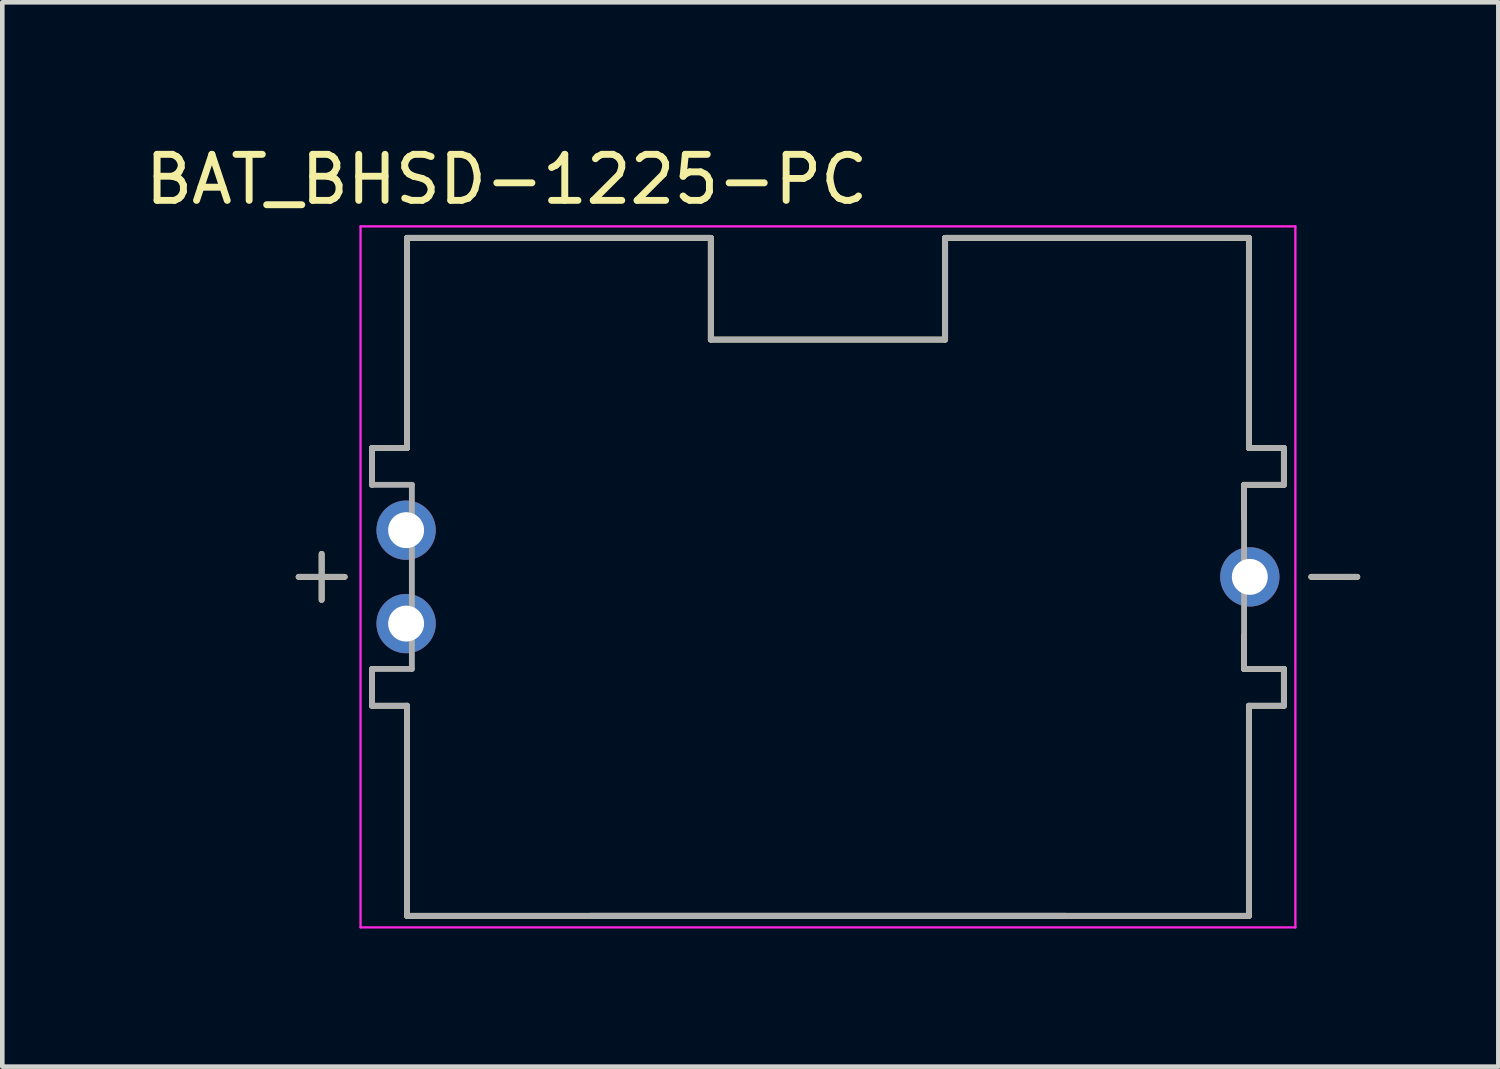
<source format=kicad_pcb>
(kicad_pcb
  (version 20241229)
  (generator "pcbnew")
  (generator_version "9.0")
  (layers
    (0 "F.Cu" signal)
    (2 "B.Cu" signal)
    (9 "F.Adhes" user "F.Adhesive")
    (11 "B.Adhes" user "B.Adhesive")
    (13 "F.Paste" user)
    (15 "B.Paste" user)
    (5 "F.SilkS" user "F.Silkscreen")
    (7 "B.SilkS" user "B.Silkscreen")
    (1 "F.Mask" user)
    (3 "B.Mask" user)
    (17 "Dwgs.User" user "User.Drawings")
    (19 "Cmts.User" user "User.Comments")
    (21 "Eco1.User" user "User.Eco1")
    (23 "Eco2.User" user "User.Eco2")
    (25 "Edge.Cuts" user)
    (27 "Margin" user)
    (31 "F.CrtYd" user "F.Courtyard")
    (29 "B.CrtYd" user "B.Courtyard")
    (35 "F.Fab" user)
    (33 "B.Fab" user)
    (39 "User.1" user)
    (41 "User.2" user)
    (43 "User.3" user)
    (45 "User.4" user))
  (footprint "BAT_BHSD-1225-PC"
    (layer "F.Cu")
    (at 14.938 9.483)
    (property "Reference" "BAT_BHSD-1225-PC" (at -6.98 -8.635 0) (layer "F.SilkS") (effects (font (size 1 1) (thickness 0.15))))
    (attr through_hole)
    (fp_line (start -11.5 0) (end -10.5 0) (stroke (width 0.127) (type solid)) (layer "F.SilkS"))
    (fp_line (start -11 0.5) (end -11 -0.5) (stroke (width 0.127) (type solid)) (layer "F.SilkS"))
    (fp_line (start -9.905 -2.8) (end -9.905 -2) (stroke (width 0.127) (type solid)) (layer "F.SilkS"))
    (fp_line (start -9.905 2) (end -9.905 2.8) (stroke (width 0.127) (type solid)) (layer "F.SilkS"))
    (fp_line (start -9.905 2.8) (end -9.145 2.8) (stroke (width 0.127) (type solid)) (layer "F.SilkS"))
    (fp_line (start -9.145 -7.365) (end -9.145 -2.8) (stroke (width 0.127) (type solid)) (layer "F.SilkS"))
    (fp_line (start -9.145 -2.8) (end -9.905 -2.8) (stroke (width 0.127) (type solid)) (layer "F.SilkS"))
    (fp_line (start -9.145 2.8) (end -9.145 7.365) (stroke (width 0.127) (type solid)) (layer "F.SilkS"))
    (fp_line (start -9.145 7.365) (end 9.145 7.365) (stroke (width 0.127) (type solid)) (layer "F.SilkS"))
    (fp_line (start -5.171 7.365) (end 5.171 7.365) (stroke (width 0.127) (type solid)) (layer "F.SilkS"))
    (fp_line (start -2.545 -7.365) (end -9.145 -7.365) (stroke (width 0.127) (type solid)) (layer "F.SilkS"))
    (fp_line (start -2.545 -5.155) (end -2.545 -7.365) (stroke (width 0.127) (type solid)) (layer "F.SilkS"))
    (fp_line (start 2.545 -7.365) (end 2.545 -5.155) (stroke (width 0.127) (type solid)) (layer "F.SilkS"))
    (fp_line (start 2.545 -5.155) (end -2.545 -5.155) (stroke (width 0.127) (type solid)) (layer "F.SilkS"))
    (fp_line (start 9.04 -2) (end 9.905 -2) (stroke (width 0.127) (type solid)) (layer "F.SilkS"))
    (fp_line (start 9.04 -1.27) (end 9.04 -2) (stroke (width 0.127) (type solid)) (layer "F.SilkS"))
    (fp_line (start 9.04 2) (end 9.04 1.27) (stroke (width 0.127) (type solid)) (layer "F.SilkS"))
    (fp_line (start 9.145 -7.365) (end 2.545 -7.365) (stroke (width 0.127) (type solid)) (layer "F.SilkS"))
    (fp_line (start 9.145 -2.8) (end 9.145 -7.365) (stroke (width 0.127) (type solid)) (layer "F.SilkS"))
    (fp_line (start 9.145 2.8) (end 9.905 2.8) (stroke (width 0.127) (type solid)) (layer "F.SilkS"))
    (fp_line (start 9.145 7.365) (end 9.145 2.8) (stroke (width 0.127) (type solid)) (layer "F.SilkS"))
    (fp_line (start 9.905 -2.8) (end 9.145 -2.8) (stroke (width 0.127) (type solid)) (layer "F.SilkS"))
    (fp_line (start 9.905 -2) (end 9.905 -2.8) (stroke (width 0.127) (type solid)) (layer "F.SilkS"))
    (fp_line (start 9.905 2) (end 9.04 2) (stroke (width 0.127) (type solid)) (layer "F.SilkS"))
    (fp_line (start 9.905 2.8) (end 9.905 2) (stroke (width 0.127) (type solid)) (layer "F.SilkS"))
    (fp_line (start 10.5 0) (end 11.5 0) (stroke (width 0.127) (type solid)) (layer "F.SilkS"))
    (fp_line (start -10.155 -7.615) (end -10.155 7.615) (stroke (width 0.05) (type solid)) (layer "F.CrtYd"))
    (fp_line (start -10.155 7.615) (end 10.155 7.615) (stroke (width 0.05) (type solid)) (layer "F.CrtYd"))
    (fp_line (start 10.155 -7.615) (end -10.155 -7.615) (stroke (width 0.05) (type solid)) (layer "F.CrtYd"))
    (fp_line (start 10.155 7.615) (end 10.155 -7.615) (stroke (width 0.05) (type solid)) (layer "F.CrtYd"))
    (fp_line (start -11.5 0) (end -10.5 0) (stroke (width 0.127) (type solid)) (layer "F.Fab"))
    (fp_line (start -11 0.5) (end -11 -0.5) (stroke (width 0.127) (type solid)) (layer "F.Fab"))
    (fp_line (start -9.905 -2.8) (end -9.905 -2) (stroke (width 0.127) (type solid)) (layer "F.Fab"))
    (fp_line (start -9.905 -2) (end -9.04 -2) (stroke (width 0.127) (type solid)) (layer "F.Fab"))
    (fp_line (start -9.905 2) (end -9.905 2.8) (stroke (width 0.127) (type solid)) (layer "F.Fab"))
    (fp_line (start -9.905 2.8) (end -9.145 2.8) (stroke (width 0.127) (type solid)) (layer "F.Fab"))
    (fp_line (start -9.145 -7.365) (end -9.145 -2.8) (stroke (width 0.127) (type solid)) (layer "F.Fab"))
    (fp_line (start -9.145 -2.8) (end -9.905 -2.8) (stroke (width 0.127) (type solid)) (layer "F.Fab"))
    (fp_line (start -9.145 2.8) (end -9.145 7.365) (stroke (width 0.127) (type solid)) (layer "F.Fab"))
    (fp_line (start -9.145 7.365) (end 9.145 7.365) (stroke (width 0.127) (type solid)) (layer "F.Fab"))
    (fp_line (start -9.04 -2) (end -9.04 2) (stroke (width 0.127) (type solid)) (layer "F.Fab"))
    (fp_line (start -9.04 2) (end -9.905 2) (stroke (width 0.127) (type solid)) (layer "F.Fab"))
    (fp_line (start -5.171 7.365) (end 5.171 7.365) (stroke (width 0.127) (type solid)) (layer "F.Fab"))
    (fp_line (start -2.545 -7.365) (end -9.145 -7.365) (stroke (width 0.127) (type solid)) (layer "F.Fab"))
    (fp_line (start -2.545 -5.155) (end -2.545 -7.365) (stroke (width 0.127) (type solid)) (layer "F.Fab"))
    (fp_line (start 2.545 -7.365) (end 2.545 -5.155) (stroke (width 0.127) (type solid)) (layer "F.Fab"))
    (fp_line (start 2.545 -5.155) (end -2.545 -5.155) (stroke (width 0.127) (type solid)) (layer "F.Fab"))
    (fp_line (start 9.04 -2) (end 9.905 -2) (stroke (width 0.127) (type solid)) (layer "F.Fab"))
    (fp_line (start 9.04 2) (end 9.04 -2) (stroke (width 0.127) (type solid)) (layer "F.Fab"))
    (fp_line (start 9.145 -7.365) (end 2.545 -7.365) (stroke (width 0.127) (type solid)) (layer "F.Fab"))
    (fp_line (start 9.145 -2.8) (end 9.145 -7.365) (stroke (width 0.127) (type solid)) (layer "F.Fab"))
    (fp_line (start 9.145 2.8) (end 9.905 2.8) (stroke (width 0.127) (type solid)) (layer "F.Fab"))
    (fp_line (start 9.145 7.365) (end 9.145 2.8) (stroke (width 0.127) (type solid)) (layer "F.Fab"))
    (fp_line (start 9.905 -2.8) (end 9.145 -2.8) (stroke (width 0.127) (type solid)) (layer "F.Fab"))
    (fp_line (start 9.905 -2) (end 9.905 -2.8) (stroke (width 0.127) (type solid)) (layer "F.Fab"))
    (fp_line (start 9.905 2) (end 9.04 2) (stroke (width 0.127) (type solid)) (layer "F.Fab"))
    (fp_line (start 9.905 2.8) (end 9.905 2) (stroke (width 0.127) (type solid)) (layer "F.Fab"))
    (fp_line (start 10.5 0) (end 11.5 0) (stroke (width 0.127) (type solid)) (layer "F.Fab"))
    (pad "N" thru_hole circle (at 9.165 0) (size 1.288 1.288) (drill 0.78) (layers "*.Cu" "*.Mask"))
    (pad "P1" thru_hole circle (at -9.165 -1.015) (size 1.288 1.288) (drill 0.78) (layers "*.Cu" "*.Mask"))
    (pad "P2" thru_hole circle (at -9.165 1.015) (size 1.288 1.288) (drill 0.78) (layers "*.Cu" "*.Mask")))
  (gr_rect
    (start -3 -3)
    (end 29.502 20.123)
    (stroke (width 0.1) (type default))
    (fill no)
    (layer "Edge.Cuts")))
</source>
